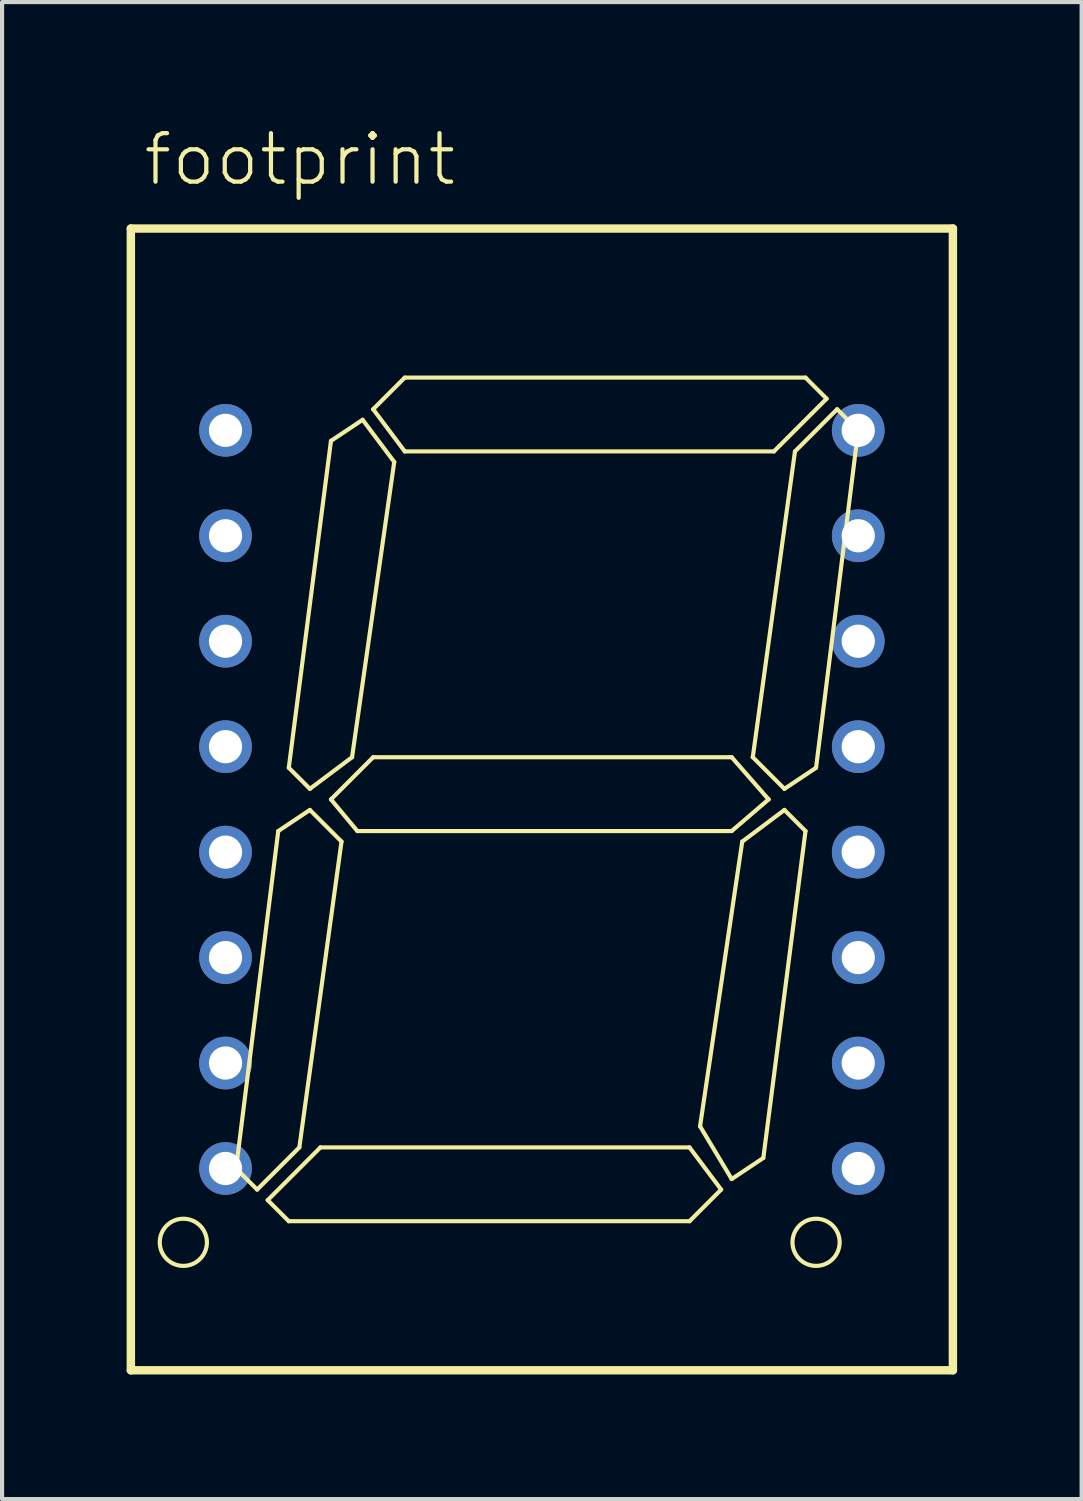
<source format=kicad_pcb>
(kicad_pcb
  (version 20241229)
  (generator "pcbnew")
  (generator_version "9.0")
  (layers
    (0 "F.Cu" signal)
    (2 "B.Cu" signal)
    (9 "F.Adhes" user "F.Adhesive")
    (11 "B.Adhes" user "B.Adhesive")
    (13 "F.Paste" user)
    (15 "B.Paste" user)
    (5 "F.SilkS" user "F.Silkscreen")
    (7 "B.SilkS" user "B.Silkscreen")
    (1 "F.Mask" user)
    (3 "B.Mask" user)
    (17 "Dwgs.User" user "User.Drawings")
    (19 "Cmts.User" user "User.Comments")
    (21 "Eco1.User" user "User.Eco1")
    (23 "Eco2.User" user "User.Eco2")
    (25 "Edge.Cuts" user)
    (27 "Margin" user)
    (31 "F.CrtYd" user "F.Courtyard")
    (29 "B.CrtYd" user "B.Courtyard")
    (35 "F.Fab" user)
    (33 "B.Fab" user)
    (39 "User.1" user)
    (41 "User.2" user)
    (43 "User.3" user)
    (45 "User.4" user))
  (footprint "footprint"
    (layer "F.Cu")
    (at 10.002 16.205)
    (property "Reference" "footprint" (at -9.652 -14.732 0) (layer "F.SilkS") (effects (font (size 1.168 1.168) (thickness 0.102)) (justify left bottom)))
    (fp_line (start -9.9 -13.75) (end 9.9 -13.75) (stroke (width 0.203) (type solid)) (layer "F.SilkS"))
    (fp_line (start -9.9 13.75) (end -9.9 -13.75) (stroke (width 0.203) (type solid)) (layer "F.SilkS"))
    (fp_line (start -7.366 8.89) (end -6.35 0.762) (stroke (width 0.1) (type solid)) (layer "F.SilkS"))
    (fp_line (start -6.858 9.398) (end -7.366 8.89) (stroke (width 0.1) (type solid)) (layer "F.SilkS"))
    (fp_line (start -6.604 9.652) (end -6.096 10.16) (stroke (width 0.1) (type solid)) (layer "F.SilkS"))
    (fp_line (start -6.35 0.762) (end -5.588 0.254) (stroke (width 0.1) (type solid)) (layer "F.SilkS"))
    (fp_line (start -6.096 -0.762) (end -5.588 -0.254) (stroke (width 0.1) (type solid)) (layer "F.SilkS"))
    (fp_line (start -6.096 10.16) (end 3.556 10.16) (stroke (width 0.1) (type solid)) (layer "F.SilkS"))
    (fp_line (start -5.842 8.382) (end -6.858 9.398) (stroke (width 0.1) (type solid)) (layer "F.SilkS"))
    (fp_line (start -5.588 -0.254) (end -4.572 -1.016) (stroke (width 0.1) (type solid)) (layer "F.SilkS"))
    (fp_line (start -5.588 0.254) (end -4.826 1.016) (stroke (width 0.1) (type solid)) (layer "F.SilkS"))
    (fp_line (start -5.334 8.382) (end -6.604 9.652) (stroke (width 0.1) (type solid)) (layer "F.SilkS"))
    (fp_line (start -5.08 -8.636) (end -6.096 -0.762) (stroke (width 0.1) (type solid)) (layer "F.SilkS"))
    (fp_line (start -5.08 0) (end -4.064 -1.016) (stroke (width 0.1) (type solid)) (layer "F.SilkS"))
    (fp_line (start -4.826 1.016) (end -5.842 8.382) (stroke (width 0.1) (type solid)) (layer "F.SilkS"))
    (fp_line (start -4.572 -1.016) (end -3.556 -8.128) (stroke (width 0.1) (type solid)) (layer "F.SilkS"))
    (fp_line (start -4.445 0.762) (end -5.08 0) (stroke (width 0.1) (type solid)) (layer "F.SilkS"))
    (fp_line (start -4.318 -9.144) (end -5.08 -8.636) (stroke (width 0.1) (type solid)) (layer "F.SilkS"))
    (fp_line (start -4.064 -9.398) (end -3.302 -8.382) (stroke (width 0.1) (type solid)) (layer "F.SilkS"))
    (fp_line (start -4.064 -1.016) (end 4.572 -1.016) (stroke (width 0.1) (type solid)) (layer "F.SilkS"))
    (fp_line (start -3.556 -8.128) (end -4.318 -9.144) (stroke (width 0.1) (type solid)) (layer "F.SilkS"))
    (fp_line (start -3.302 -10.16) (end -4.064 -9.398) (stroke (width 0.1) (type solid)) (layer "F.SilkS"))
    (fp_line (start -3.302 -8.382) (end 5.588 -8.382) (stroke (width 0.1) (type solid)) (layer "F.SilkS"))
    (fp_line (start 3.556 8.382) (end -5.334 8.382) (stroke (width 0.1) (type solid)) (layer "F.SilkS"))
    (fp_line (start 3.556 10.16) (end 4.318 9.398) (stroke (width 0.1) (type solid)) (layer "F.SilkS"))
    (fp_line (start 3.81 7.874) (end 4.572 9.144) (stroke (width 0.1) (type solid)) (layer "F.SilkS"))
    (fp_line (start 4.318 9.398) (end 3.556 8.382) (stroke (width 0.1) (type solid)) (layer "F.SilkS"))
    (fp_line (start 4.572 -1.016) (end 5.461 0) (stroke (width 0.1) (type solid)) (layer "F.SilkS"))
    (fp_line (start 4.572 0.762) (end -4.445 0.762) (stroke (width 0.1) (type solid)) (layer "F.SilkS"))
    (fp_line (start 4.572 9.144) (end 5.334 8.636) (stroke (width 0.1) (type solid)) (layer "F.SilkS"))
    (fp_line (start 4.826 1.016) (end 3.81 7.874) (stroke (width 0.1) (type solid)) (layer "F.SilkS"))
    (fp_line (start 5.08 -1.016) (end 6.096 -8.382) (stroke (width 0.1) (type solid)) (layer "F.SilkS"))
    (fp_line (start 5.334 8.636) (end 6.35 0.762) (stroke (width 0.1) (type solid)) (layer "F.SilkS"))
    (fp_line (start 5.461 0) (end 4.572 0.762) (stroke (width 0.1) (type solid)) (layer "F.SilkS"))
    (fp_line (start 5.588 -8.382) (end 6.858 -9.652) (stroke (width 0.1) (type solid)) (layer "F.SilkS"))
    (fp_line (start 5.842 -0.254) (end 5.08 -1.016) (stroke (width 0.1) (type solid)) (layer "F.SilkS"))
    (fp_line (start 5.842 0.254) (end 4.826 1.016) (stroke (width 0.1) (type solid)) (layer "F.SilkS"))
    (fp_line (start 6.096 -8.382) (end 7.112 -9.398) (stroke (width 0.1) (type solid)) (layer "F.SilkS"))
    (fp_line (start 6.35 -10.16) (end -3.302 -10.16) (stroke (width 0.1) (type solid)) (layer "F.SilkS"))
    (fp_line (start 6.35 0.762) (end 5.842 0.254) (stroke (width 0.1) (type solid)) (layer "F.SilkS"))
    (fp_line (start 6.604 -0.762) (end 5.842 -0.254) (stroke (width 0.1) (type solid)) (layer "F.SilkS"))
    (fp_line (start 6.858 -9.652) (end 6.35 -10.16) (stroke (width 0.1) (type solid)) (layer "F.SilkS"))
    (fp_line (start 7.112 -9.398) (end 7.62 -8.89) (stroke (width 0.1) (type solid)) (layer "F.SilkS"))
    (fp_line (start 7.62 -8.89) (end 6.604 -0.762) (stroke (width 0.1) (type solid)) (layer "F.SilkS"))
    (fp_line (start 9.9 -13.75) (end 9.9 13.75) (stroke (width 0.203) (type solid)) (layer "F.SilkS"))
    (fp_line (start 9.9 13.75) (end -9.9 13.75) (stroke (width 0.203) (type solid)) (layer "F.SilkS"))
    (fp_circle (center -8.636 10.668) (end -8.068 10.668) (stroke (width 0.1) (type solid)) (fill no) (layer "F.SilkS"))
    (fp_circle (center 6.604 10.668) (end 7.172 10.668) (stroke (width 0.1) (type solid)) (fill no) (layer "F.SilkS"))
    (pad "1" thru_hole circle (at -7.62 -8.89) (size 1.27 1.27) (drill 0.8) (layers "*.Cu" "*.Mask"))
    (pad "2" thru_hole circle (at -7.62 -6.35) (size 1.27 1.27) (drill 0.8) (layers "*.Cu" "*.Mask"))
    (pad "3" thru_hole circle (at -7.62 -3.81) (size 1.27 1.27) (drill 0.8) (layers "*.Cu" "*.Mask"))
    (pad "4" thru_hole circle (at -7.62 -1.27) (size 1.27 1.27) (drill 0.8) (layers "*.Cu" "*.Mask"))
    (pad "5" thru_hole circle (at -7.62 1.27) (size 1.27 1.27) (drill 0.8) (layers "*.Cu" "*.Mask"))
    (pad "6" thru_hole circle (at -7.62 3.81) (size 1.27 1.27) (drill 0.8) (layers "*.Cu" "*.Mask"))
    (pad "7" thru_hole circle (at -7.62 6.35) (size 1.27 1.27) (drill 0.8) (layers "*.Cu" "*.Mask"))
    (pad "8" thru_hole circle (at -7.62 8.89) (size 1.27 1.27) (drill 0.8) (layers "*.Cu" "*.Mask"))
    (pad "9" thru_hole circle (at 7.62 8.89) (size 1.27 1.27) (drill 0.8) (layers "*.Cu" "*.Mask"))
    (pad "10" thru_hole circle (at 7.62 6.35) (size 1.27 1.27) (drill 0.8) (layers "*.Cu" "*.Mask"))
    (pad "11" thru_hole circle (at 7.62 3.81) (size 1.27 1.27) (drill 0.8) (layers "*.Cu" "*.Mask"))
    (pad "12" thru_hole circle (at 7.62 1.27) (size 1.27 1.27) (drill 0.8) (layers "*.Cu" "*.Mask"))
    (pad "13" thru_hole circle (at 7.62 -1.27) (size 1.27 1.27) (drill 0.8) (layers "*.Cu" "*.Mask"))
    (pad "14" thru_hole circle (at 7.62 -3.81) (size 1.27 1.27) (drill 0.8) (layers "*.Cu" "*.Mask"))
    (pad "15" thru_hole circle (at 7.62 -6.35) (size 1.27 1.27) (drill 0.8) (layers "*.Cu" "*.Mask"))
    (pad "16" thru_hole circle (at 7.62 -8.89) (size 1.27 1.27) (drill 0.8) (layers "*.Cu" "*.Mask")))
  (gr_rect
    (start -3 -3)
    (end 23.003 33.057)
    (stroke (width 0.1) (type default))
    (fill no)
    (layer "Edge.Cuts")))
</source>
